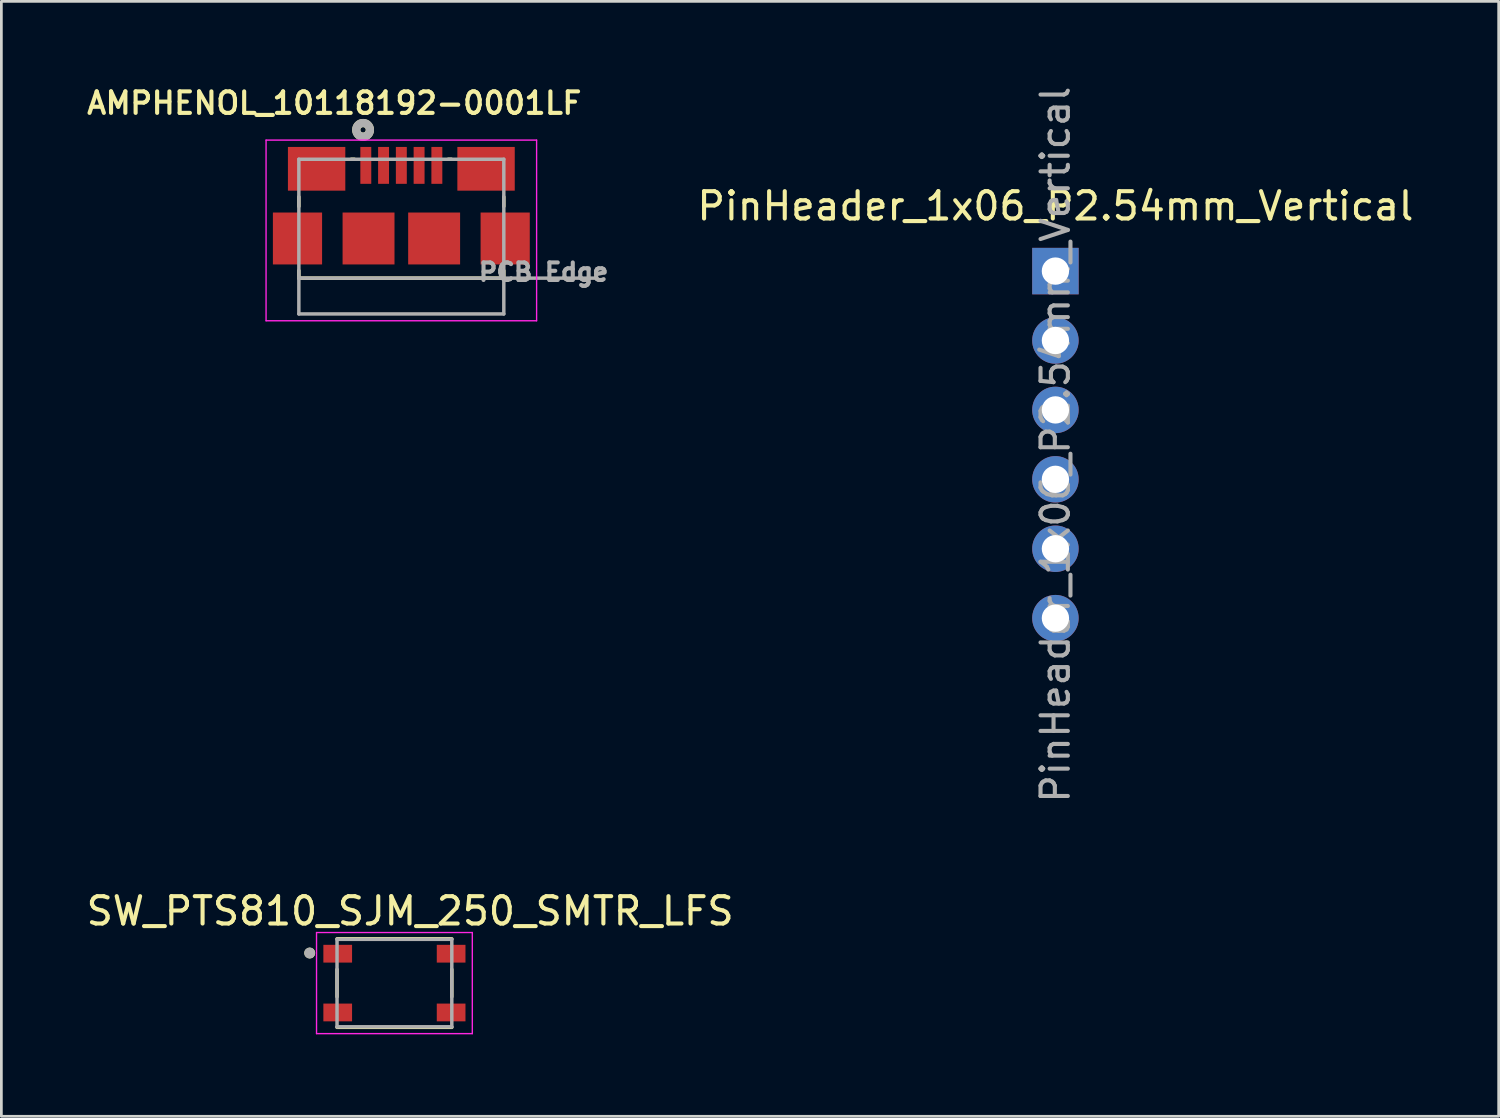
<source format=kicad_pcb>
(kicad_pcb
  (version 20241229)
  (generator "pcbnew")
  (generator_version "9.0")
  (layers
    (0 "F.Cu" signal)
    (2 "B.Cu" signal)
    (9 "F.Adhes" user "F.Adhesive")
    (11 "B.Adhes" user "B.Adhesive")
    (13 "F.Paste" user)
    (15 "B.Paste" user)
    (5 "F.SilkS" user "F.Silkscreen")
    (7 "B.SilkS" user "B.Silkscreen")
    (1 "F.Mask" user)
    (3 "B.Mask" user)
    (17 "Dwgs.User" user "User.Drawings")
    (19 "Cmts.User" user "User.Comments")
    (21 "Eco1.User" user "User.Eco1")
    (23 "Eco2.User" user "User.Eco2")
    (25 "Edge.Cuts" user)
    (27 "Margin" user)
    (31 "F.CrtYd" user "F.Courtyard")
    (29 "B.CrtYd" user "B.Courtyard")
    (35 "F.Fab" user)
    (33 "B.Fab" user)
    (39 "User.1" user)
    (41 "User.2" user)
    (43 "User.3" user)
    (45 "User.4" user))
  (footprint "AMPHENOL_10118192-0001LF"
    (layer "F.Cu")
    (at 11.636 3.002)
    (property "Reference" "AMPHENOL_10118192-0001LF" (at -2.453 -2.278 0) (layer "F.SilkS") (effects (font (size 0.787 0.787) (thickness 0.15))))
    (attr smd)
    (fp_line (start -3.75 1.15) (end -3.75 1.5) (stroke (width 0.127) (type solid)) (layer "F.SilkS"))
    (fp_line (start -3.75 3.85) (end -3.75 4.125) (stroke (width 0.127) (type solid)) (layer "F.SilkS"))
    (fp_line (start -3.75 4.125) (end 3.75 4.125) (stroke (width 0.127) (type solid)) (layer "F.SilkS"))
    (fp_line (start -1.83 -0.225) (end -1.72 -0.225) (stroke (width 0.127) (type solid)) (layer "F.SilkS"))
    (fp_line (start 1.72 -0.225) (end 1.83 -0.225) (stroke (width 0.127) (type solid)) (layer "F.SilkS"))
    (fp_line (start 3.75 1.15) (end 3.75 1.5) (stroke (width 0.127) (type solid)) (layer "F.SilkS"))
    (fp_line (start 3.75 4.125) (end 3.75 3.85) (stroke (width 0.127) (type solid)) (layer "F.SilkS"))
    (fp_circle (center -1.4 -1.3) (end -1.3 -1.3) (stroke (width 0.3) (type solid)) (fill no) (layer "F.SilkS"))
    (fp_line (start -4.95 -0.925) (end 4.95 -0.925) (stroke (width 0.05) (type solid)) (layer "F.CrtYd"))
    (fp_line (start -4.95 5.686) (end -4.95 -0.925) (stroke (width 0.05) (type solid)) (layer "F.CrtYd"))
    (fp_line (start 4.95 -0.925) (end 4.95 5.686) (stroke (width 0.05) (type solid)) (layer "F.CrtYd"))
    (fp_line (start 4.95 5.686) (end -4.95 5.686) (stroke (width 0.05) (type solid)) (layer "F.CrtYd"))
    (fp_line (start -3.75 -0.225) (end 3.75 -0.225) (stroke (width 0.127) (type solid)) (layer "F.Fab"))
    (fp_line (start -3.75 4.125) (end -3.75 -0.225) (stroke (width 0.127) (type solid)) (layer "F.Fab"))
    (fp_line (start -3.75 5.436) (end -3.75 4.125) (stroke (width 0.127) (type solid)) (layer "F.Fab"))
    (fp_line (start 3.75 -0.225) (end 3.75 4.125) (stroke (width 0.127) (type solid)) (layer "F.Fab"))
    (fp_line (start 3.75 4.125) (end -3.75 4.125) (stroke (width 0.127) (type solid)) (layer "F.Fab"))
    (fp_line (start 3.75 4.125) (end 3.75 5.436) (stroke (width 0.127) (type solid)) (layer "F.Fab"))
    (fp_line (start 3.75 4.125) (end 7.15 4.125) (stroke (width 0.127) (type solid)) (layer "F.Fab"))
    (fp_line (start 3.75 5.436) (end -3.75 5.436) (stroke (width 0.127) (type solid)) (layer "F.Fab"))
    (fp_circle (center -1.4 -1.3) (end -1.3 -1.3) (stroke (width 0.3) (type solid)) (fill no) (layer "F.Fab"))
    (fp_text user "PCB Edge" (at 5.205 3.904 0) (layer "F.Fab") (effects (font (size 0.641 0.641) (thickness 0.15))))
    (pad "1" smd rect (at -1.3 0) (size 0.4 1.35) (layers "F.Cu" "F.Mask" "F.Paste"))
    (pad "2" smd rect (at -0.65 0) (size 0.4 1.35) (layers "F.Cu" "F.Mask" "F.Paste"))
    (pad "3" smd rect (at 0 0) (size 0.4 1.35) (layers "F.Cu" "F.Mask" "F.Paste"))
    (pad "4" smd rect (at 0.65 0) (size 0.4 1.35) (layers "F.Cu" "F.Mask" "F.Paste"))
    (pad "5" smd rect (at 1.3 0) (size 0.4 1.35) (layers "F.Cu" "F.Mask" "F.Paste"))
    (pad "6" smd rect (at -3.8 2.675) (size 1.8 1.9) (layers "F.Cu" "F.Mask" "F.Paste"))
    (pad "6" smd rect (at -3.1 0.125) (size 2.1 1.6) (layers "F.Cu" "F.Mask" "F.Paste"))
    (pad "6" smd rect (at -1.2 2.675) (size 1.9 1.9) (layers "F.Cu" "F.Mask" "F.Paste"))
    (pad "6" smd rect (at 1.2 2.675) (size 1.9 1.9) (layers "F.Cu" "F.Mask" "F.Paste"))
    (pad "6" smd rect (at 3.1 0.125) (size 2.1 1.6) (layers "F.Cu" "F.Mask" "F.Paste"))
    (pad "6" smd rect (at 3.8 2.675) (size 1.8 1.9) (layers "F.Cu" "F.Mask" "F.Paste")))
  (footprint "SW_PTS810_SJM_250_SMTR_LFS"
    (layer "F.Cu")
    (at 11.383 32.924)
    (property "Reference" "SW_PTS810_SJM_250_SMTR_LFS" (at 0.575 -2.635 0) (layer "F.SilkS") (effects (font (size 1 1) (thickness 0.15))))
    (attr smd)
    (fp_line (start -2.1 -1.62) (end 2.1 -1.62) (stroke (width 0.127) (type solid)) (layer "F.SilkS"))
    (fp_line (start -2.1 0.5) (end -2.1 -0.5) (stroke (width 0.127) (type solid)) (layer "F.SilkS"))
    (fp_line (start 2.1 0.5) (end 2.1 -0.5) (stroke (width 0.127) (type solid)) (layer "F.SilkS"))
    (fp_line (start 2.1 1.62) (end -2.1 1.62) (stroke (width 0.127) (type solid)) (layer "F.SilkS"))
    (fp_circle (center -3.1 -1.1) (end -3 -1.1) (stroke (width 0.2) (type solid)) (fill no) (layer "F.SilkS"))
    (fp_line (start -2.85 -1.85) (end 2.85 -1.85) (stroke (width 0.05) (type solid)) (layer "F.CrtYd"))
    (fp_line (start -2.85 1.85) (end -2.85 -1.85) (stroke (width 0.05) (type solid)) (layer "F.CrtYd"))
    (fp_line (start 2.85 -1.85) (end 2.85 1.85) (stroke (width 0.05) (type solid)) (layer "F.CrtYd"))
    (fp_line (start 2.85 1.85) (end -2.85 1.85) (stroke (width 0.05) (type solid)) (layer "F.CrtYd"))
    (fp_line (start -2.1 -1.6) (end 2.1 -1.6) (stroke (width 0.127) (type solid)) (layer "F.Fab"))
    (fp_line (start -2.1 1.6) (end -2.1 -1.6) (stroke (width 0.127) (type solid)) (layer "F.Fab"))
    (fp_line (start 2.1 -1.6) (end 2.1 1.6) (stroke (width 0.127) (type solid)) (layer "F.Fab"))
    (fp_line (start 2.1 1.6) (end -2.1 1.6) (stroke (width 0.127) (type solid)) (layer "F.Fab"))
    (fp_circle (center -3.1 -1.1) (end -3 -1.1) (stroke (width 0.2) (type solid)) (fill no) (layer "F.Fab"))
    (pad "1" smd rect (at -2.075 -1.075) (size 1.05 0.65) (layers "F.Cu" "F.Mask" "F.Paste"))
    (pad "2" smd rect (at 2.075 -1.075) (size 1.05 0.65) (layers "F.Cu" "F.Mask" "F.Paste"))
    (pad "3" smd rect (at -2.075 1.075) (size 1.05 0.65) (layers "F.Cu" "F.Mask" "F.Paste"))
    (pad "4" smd rect (at 2.075 1.075) (size 1.05 0.65) (layers "F.Cu" "F.Mask" "F.Paste")))
  (footprint "PinHeader_1x06_P2.54mm_Vertical"
    (layer "F.Cu")
    (at 35.571 6.87)
    (property "Reference" "PinHeader_1x06_P2.54mm_Vertical" (at 0 -2.38 0) (layer "F.SilkS") (effects (font (size 1 1) (thickness 0.15))))
    (attr through_hole allow_missing_courtyard)
    (fp_text user "${REFERENCE}" (at 0 6.35 270) (layer "F.Fab") (effects (font (size 1 1) (thickness 0.15))))
    (pad "1" thru_hole rect (at 0 0) (size 1.7 1.7) (drill 1) (layers "*.Cu" "*.Mask"))
    (pad "2" thru_hole circle (at 0 2.54) (size 1.7 1.7) (drill 1) (layers "*.Cu" "*.Mask"))
    (pad "3" thru_hole circle (at 0 5.08) (size 1.7 1.7) (drill 1) (layers "*.Cu" "*.Mask"))
    (pad "4" thru_hole circle (at 0 7.62) (size 1.7 1.7) (drill 1) (layers "*.Cu" "*.Mask"))
    (pad "5" thru_hole circle (at 0 10.16) (size 1.7 1.7) (drill 1) (layers "*.Cu" "*.Mask"))
    (pad "6" thru_hole circle (at 0 12.7) (size 1.7 1.7) (drill 1) (layers "*.Cu" "*.Mask")))
  (gr_rect
    (start -3 -3)
    (end 51.791 37.799)
    (stroke (width 0.1) (type default))
    (fill no)
    (layer "Edge.Cuts")))
</source>
